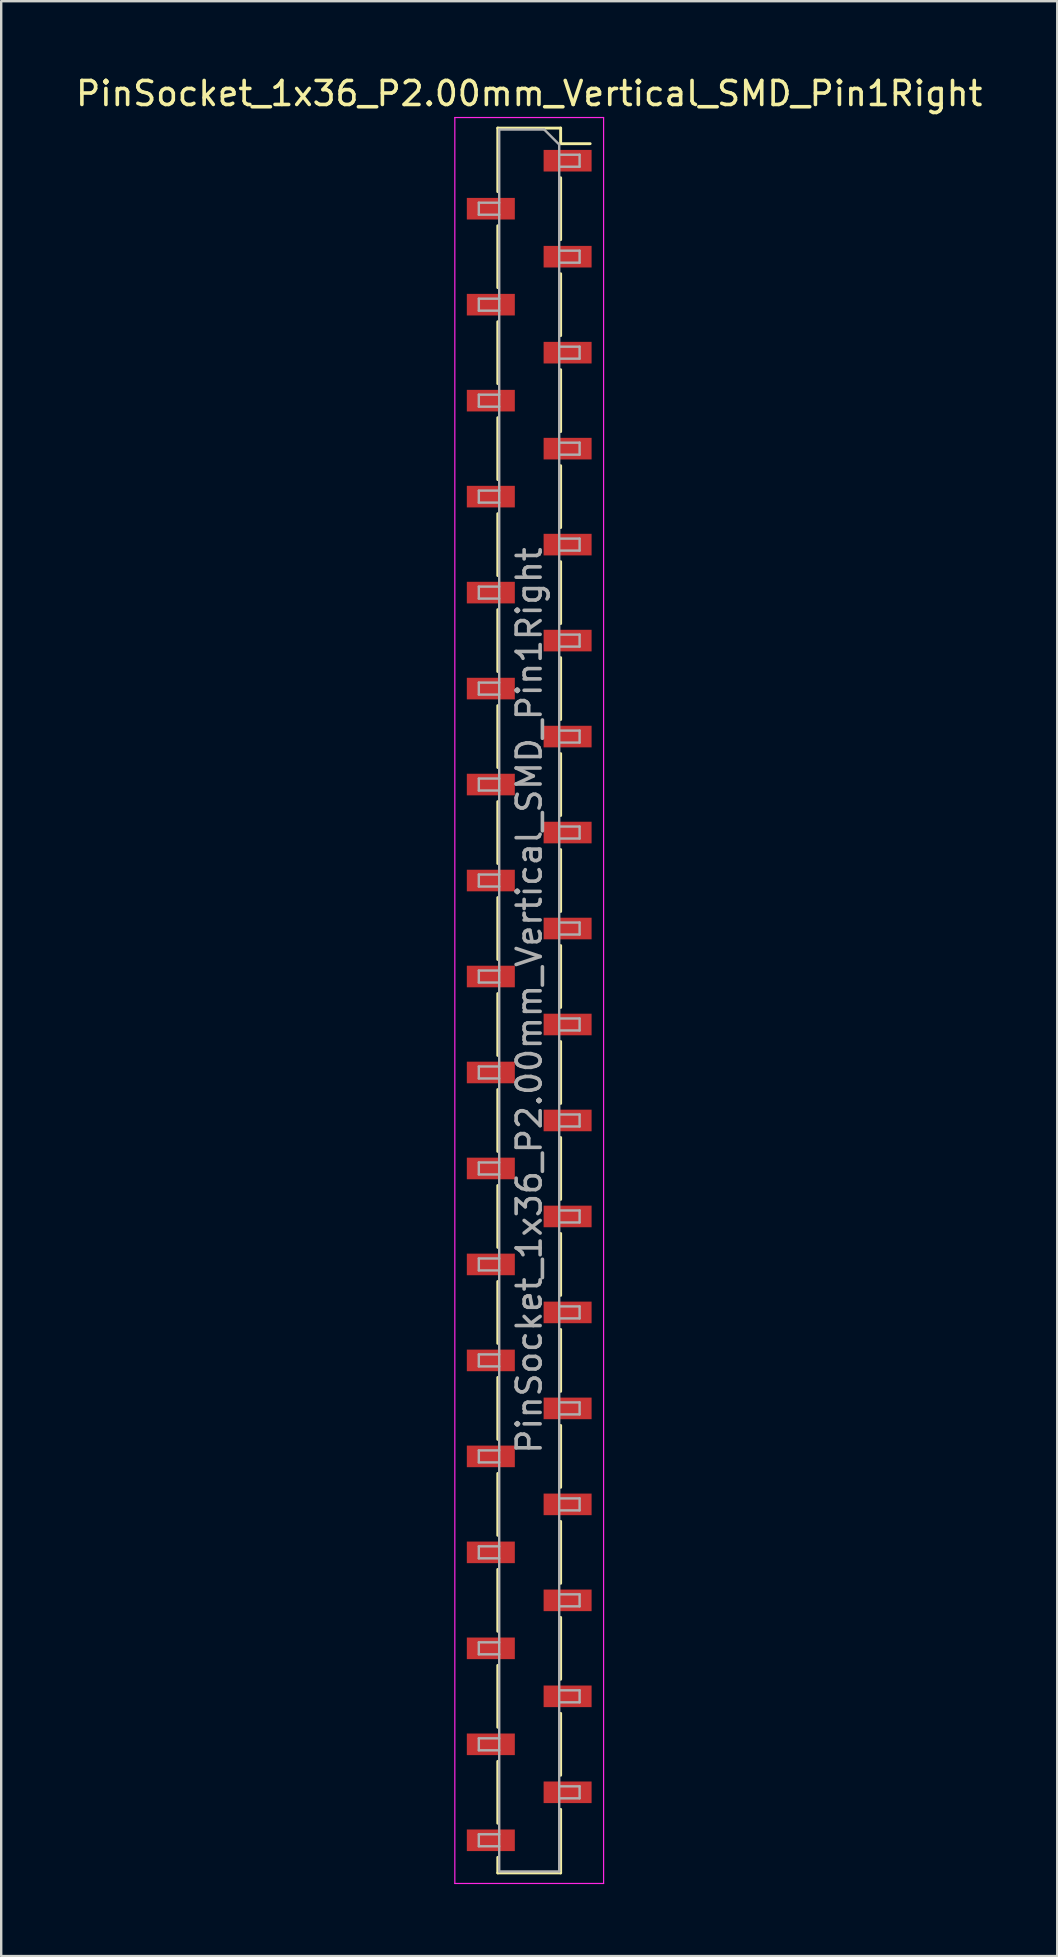
<source format=kicad_pcb>
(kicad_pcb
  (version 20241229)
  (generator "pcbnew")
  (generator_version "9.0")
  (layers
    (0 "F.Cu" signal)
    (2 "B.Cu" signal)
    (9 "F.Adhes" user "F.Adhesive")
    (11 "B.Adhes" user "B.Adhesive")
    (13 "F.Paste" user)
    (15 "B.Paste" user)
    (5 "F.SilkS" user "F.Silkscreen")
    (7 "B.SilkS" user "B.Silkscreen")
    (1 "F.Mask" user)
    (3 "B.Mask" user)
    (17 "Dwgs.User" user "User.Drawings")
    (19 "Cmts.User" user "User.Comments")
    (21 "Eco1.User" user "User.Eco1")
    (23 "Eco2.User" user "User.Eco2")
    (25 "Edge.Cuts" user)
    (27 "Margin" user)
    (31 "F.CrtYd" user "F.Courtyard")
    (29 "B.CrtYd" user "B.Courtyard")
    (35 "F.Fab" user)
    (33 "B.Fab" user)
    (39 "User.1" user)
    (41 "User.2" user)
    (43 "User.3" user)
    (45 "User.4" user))
  (footprint "PinSocket_1x36_P2.00mm_Vertical_SMD_Pin1Right"
    (layer "F.Cu")
    (at 19.006 38.648)
    (property "Reference" "PinSocket_1x36_P2.00mm_Vertical_SMD_Pin1Right" (at 0 -37.8 0) (layer "F.SilkS") (effects (font (size 1 1) (thickness 0.15))))
    (attr smd)
    (fp_line (start -1.31 -36.36) (end -1.31 -33.71) (stroke (width 0.12) (type solid)) (layer "F.SilkS"))
    (fp_line (start -1.31 -36.36) (end 1.31 -36.36) (stroke (width 0.12) (type solid)) (layer "F.SilkS"))
    (fp_line (start -1.31 -32.29) (end -1.31 -29.71) (stroke (width 0.12) (type solid)) (layer "F.SilkS"))
    (fp_line (start -1.31 -28.29) (end -1.31 -25.71) (stroke (width 0.12) (type solid)) (layer "F.SilkS"))
    (fp_line (start -1.31 -24.29) (end -1.31 -21.71) (stroke (width 0.12) (type solid)) (layer "F.SilkS"))
    (fp_line (start -1.31 -20.29) (end -1.31 -17.71) (stroke (width 0.12) (type solid)) (layer "F.SilkS"))
    (fp_line (start -1.31 -16.29) (end -1.31 -13.71) (stroke (width 0.12) (type solid)) (layer "F.SilkS"))
    (fp_line (start -1.31 -12.29) (end -1.31 -9.71) (stroke (width 0.12) (type solid)) (layer "F.SilkS"))
    (fp_line (start -1.31 -8.29) (end -1.31 -5.71) (stroke (width 0.12) (type solid)) (layer "F.SilkS"))
    (fp_line (start -1.31 -4.29) (end -1.31 -1.71) (stroke (width 0.12) (type solid)) (layer "F.SilkS"))
    (fp_line (start -1.31 -0.29) (end -1.31 2.29) (stroke (width 0.12) (type solid)) (layer "F.SilkS"))
    (fp_line (start -1.31 3.71) (end -1.31 6.29) (stroke (width 0.12) (type solid)) (layer "F.SilkS"))
    (fp_line (start -1.31 7.71) (end -1.31 10.29) (stroke (width 0.12) (type solid)) (layer "F.SilkS"))
    (fp_line (start -1.31 11.71) (end -1.31 14.29) (stroke (width 0.12) (type solid)) (layer "F.SilkS"))
    (fp_line (start -1.31 15.71) (end -1.31 18.29) (stroke (width 0.12) (type solid)) (layer "F.SilkS"))
    (fp_line (start -1.31 19.71) (end -1.31 22.29) (stroke (width 0.12) (type solid)) (layer "F.SilkS"))
    (fp_line (start -1.31 23.71) (end -1.31 26.29) (stroke (width 0.12) (type solid)) (layer "F.SilkS"))
    (fp_line (start -1.31 27.71) (end -1.31 30.29) (stroke (width 0.12) (type solid)) (layer "F.SilkS"))
    (fp_line (start -1.31 31.71) (end -1.31 34.29) (stroke (width 0.12) (type solid)) (layer "F.SilkS"))
    (fp_line (start -1.31 35.71) (end -1.31 36.36) (stroke (width 0.12) (type solid)) (layer "F.SilkS"))
    (fp_line (start -1.31 36.36) (end 1.31 36.36) (stroke (width 0.12) (type solid)) (layer "F.SilkS"))
    (fp_line (start 1.31 -36.36) (end 1.31 -35.71) (stroke (width 0.12) (type solid)) (layer "F.SilkS"))
    (fp_line (start 1.31 -35.71) (end 2.54 -35.71) (stroke (width 0.12) (type solid)) (layer "F.SilkS"))
    (fp_line (start 1.31 -34.29) (end 1.31 -31.71) (stroke (width 0.12) (type solid)) (layer "F.SilkS"))
    (fp_line (start 1.31 -30.29) (end 1.31 -27.71) (stroke (width 0.12) (type solid)) (layer "F.SilkS"))
    (fp_line (start 1.31 -26.29) (end 1.31 -23.71) (stroke (width 0.12) (type solid)) (layer "F.SilkS"))
    (fp_line (start 1.31 -22.29) (end 1.31 -19.71) (stroke (width 0.12) (type solid)) (layer "F.SilkS"))
    (fp_line (start 1.31 -18.29) (end 1.31 -15.71) (stroke (width 0.12) (type solid)) (layer "F.SilkS"))
    (fp_line (start 1.31 -14.29) (end 1.31 -11.71) (stroke (width 0.12) (type solid)) (layer "F.SilkS"))
    (fp_line (start 1.31 -10.29) (end 1.31 -7.71) (stroke (width 0.12) (type solid)) (layer "F.SilkS"))
    (fp_line (start 1.31 -6.29) (end 1.31 -3.71) (stroke (width 0.12) (type solid)) (layer "F.SilkS"))
    (fp_line (start 1.31 -2.29) (end 1.31 0.29) (stroke (width 0.12) (type solid)) (layer "F.SilkS"))
    (fp_line (start 1.31 1.71) (end 1.31 4.29) (stroke (width 0.12) (type solid)) (layer "F.SilkS"))
    (fp_line (start 1.31 5.71) (end 1.31 8.29) (stroke (width 0.12) (type solid)) (layer "F.SilkS"))
    (fp_line (start 1.31 9.71) (end 1.31 12.29) (stroke (width 0.12) (type solid)) (layer "F.SilkS"))
    (fp_line (start 1.31 13.71) (end 1.31 16.29) (stroke (width 0.12) (type solid)) (layer "F.SilkS"))
    (fp_line (start 1.31 17.71) (end 1.31 20.29) (stroke (width 0.12) (type solid)) (layer "F.SilkS"))
    (fp_line (start 1.31 21.71) (end 1.31 24.29) (stroke (width 0.12) (type solid)) (layer "F.SilkS"))
    (fp_line (start 1.31 25.71) (end 1.31 28.29) (stroke (width 0.12) (type solid)) (layer "F.SilkS"))
    (fp_line (start 1.31 29.71) (end 1.31 32.29) (stroke (width 0.12) (type solid)) (layer "F.SilkS"))
    (fp_line (start 1.31 33.71) (end 1.31 36.36) (stroke (width 0.12) (type solid)) (layer "F.SilkS"))
    (fp_line (start -3.1 -36.8) (end 3.1 -36.8) (stroke (width 0.05) (type solid)) (layer "F.CrtYd"))
    (fp_line (start -3.1 36.8) (end -3.1 -36.8) (stroke (width 0.05) (type solid)) (layer "F.CrtYd"))
    (fp_line (start 3.1 -36.8) (end 3.1 36.8) (stroke (width 0.05) (type solid)) (layer "F.CrtYd"))
    (fp_line (start 3.1 36.8) (end -3.1 36.8) (stroke (width 0.05) (type solid)) (layer "F.CrtYd"))
    (fp_line (start -2.1 -33.25) (end -1.25 -33.25) (stroke (width 0.1) (type solid)) (layer "F.Fab"))
    (fp_line (start -2.1 -32.75) (end -2.1 -33.25) (stroke (width 0.1) (type solid)) (layer "F.Fab"))
    (fp_line (start -2.1 -29.25) (end -1.25 -29.25) (stroke (width 0.1) (type solid)) (layer "F.Fab"))
    (fp_line (start -2.1 -28.75) (end -2.1 -29.25) (stroke (width 0.1) (type solid)) (layer "F.Fab"))
    (fp_line (start -2.1 -25.25) (end -1.25 -25.25) (stroke (width 0.1) (type solid)) (layer "F.Fab"))
    (fp_line (start -2.1 -24.75) (end -2.1 -25.25) (stroke (width 0.1) (type solid)) (layer "F.Fab"))
    (fp_line (start -2.1 -21.25) (end -1.25 -21.25) (stroke (width 0.1) (type solid)) (layer "F.Fab"))
    (fp_line (start -2.1 -20.75) (end -2.1 -21.25) (stroke (width 0.1) (type solid)) (layer "F.Fab"))
    (fp_line (start -2.1 -17.25) (end -1.25 -17.25) (stroke (width 0.1) (type solid)) (layer "F.Fab"))
    (fp_line (start -2.1 -16.75) (end -2.1 -17.25) (stroke (width 0.1) (type solid)) (layer "F.Fab"))
    (fp_line (start -2.1 -13.25) (end -1.25 -13.25) (stroke (width 0.1) (type solid)) (layer "F.Fab"))
    (fp_line (start -2.1 -12.75) (end -2.1 -13.25) (stroke (width 0.1) (type solid)) (layer "F.Fab"))
    (fp_line (start -2.1 -9.25) (end -1.25 -9.25) (stroke (width 0.1) (type solid)) (layer "F.Fab"))
    (fp_line (start -2.1 -8.75) (end -2.1 -9.25) (stroke (width 0.1) (type solid)) (layer "F.Fab"))
    (fp_line (start -2.1 -5.25) (end -1.25 -5.25) (stroke (width 0.1) (type solid)) (layer "F.Fab"))
    (fp_line (start -2.1 -4.75) (end -2.1 -5.25) (stroke (width 0.1) (type solid)) (layer "F.Fab"))
    (fp_line (start -2.1 -1.25) (end -1.25 -1.25) (stroke (width 0.1) (type solid)) (layer "F.Fab"))
    (fp_line (start -2.1 -0.75) (end -2.1 -1.25) (stroke (width 0.1) (type solid)) (layer "F.Fab"))
    (fp_line (start -2.1 2.75) (end -1.25 2.75) (stroke (width 0.1) (type solid)) (layer "F.Fab"))
    (fp_line (start -2.1 3.25) (end -2.1 2.75) (stroke (width 0.1) (type solid)) (layer "F.Fab"))
    (fp_line (start -2.1 6.75) (end -1.25 6.75) (stroke (width 0.1) (type solid)) (layer "F.Fab"))
    (fp_line (start -2.1 7.25) (end -2.1 6.75) (stroke (width 0.1) (type solid)) (layer "F.Fab"))
    (fp_line (start -2.1 10.75) (end -1.25 10.75) (stroke (width 0.1) (type solid)) (layer "F.Fab"))
    (fp_line (start -2.1 11.25) (end -2.1 10.75) (stroke (width 0.1) (type solid)) (layer "F.Fab"))
    (fp_line (start -2.1 14.75) (end -1.25 14.75) (stroke (width 0.1) (type solid)) (layer "F.Fab"))
    (fp_line (start -2.1 15.25) (end -2.1 14.75) (stroke (width 0.1) (type solid)) (layer "F.Fab"))
    (fp_line (start -2.1 18.75) (end -1.25 18.75) (stroke (width 0.1) (type solid)) (layer "F.Fab"))
    (fp_line (start -2.1 19.25) (end -2.1 18.75) (stroke (width 0.1) (type solid)) (layer "F.Fab"))
    (fp_line (start -2.1 22.75) (end -1.25 22.75) (stroke (width 0.1) (type solid)) (layer "F.Fab"))
    (fp_line (start -2.1 23.25) (end -2.1 22.75) (stroke (width 0.1) (type solid)) (layer "F.Fab"))
    (fp_line (start -2.1 26.75) (end -1.25 26.75) (stroke (width 0.1) (type solid)) (layer "F.Fab"))
    (fp_line (start -2.1 27.25) (end -2.1 26.75) (stroke (width 0.1) (type solid)) (layer "F.Fab"))
    (fp_line (start -2.1 30.75) (end -1.25 30.75) (stroke (width 0.1) (type solid)) (layer "F.Fab"))
    (fp_line (start -2.1 31.25) (end -2.1 30.75) (stroke (width 0.1) (type solid)) (layer "F.Fab"))
    (fp_line (start -2.1 34.75) (end -1.25 34.75) (stroke (width 0.1) (type solid)) (layer "F.Fab"))
    (fp_line (start -2.1 35.25) (end -2.1 34.75) (stroke (width 0.1) (type solid)) (layer "F.Fab"))
    (fp_line (start -1.25 -36.3) (end 0.625 -36.3) (stroke (width 0.1) (type solid)) (layer "F.Fab"))
    (fp_line (start -1.25 -32.75) (end -2.1 -32.75) (stroke (width 0.1) (type solid)) (layer "F.Fab"))
    (fp_line (start -1.25 -28.75) (end -2.1 -28.75) (stroke (width 0.1) (type solid)) (layer "F.Fab"))
    (fp_line (start -1.25 -24.75) (end -2.1 -24.75) (stroke (width 0.1) (type solid)) (layer "F.Fab"))
    (fp_line (start -1.25 -20.75) (end -2.1 -20.75) (stroke (width 0.1) (type solid)) (layer "F.Fab"))
    (fp_line (start -1.25 -16.75) (end -2.1 -16.75) (stroke (width 0.1) (type solid)) (layer "F.Fab"))
    (fp_line (start -1.25 -12.75) (end -2.1 -12.75) (stroke (width 0.1) (type solid)) (layer "F.Fab"))
    (fp_line (start -1.25 -8.75) (end -2.1 -8.75) (stroke (width 0.1) (type solid)) (layer "F.Fab"))
    (fp_line (start -1.25 -4.75) (end -2.1 -4.75) (stroke (width 0.1) (type solid)) (layer "F.Fab"))
    (fp_line (start -1.25 -0.75) (end -2.1 -0.75) (stroke (width 0.1) (type solid)) (layer "F.Fab"))
    (fp_line (start -1.25 3.25) (end -2.1 3.25) (stroke (width 0.1) (type solid)) (layer "F.Fab"))
    (fp_line (start -1.25 7.25) (end -2.1 7.25) (stroke (width 0.1) (type solid)) (layer "F.Fab"))
    (fp_line (start -1.25 11.25) (end -2.1 11.25) (stroke (width 0.1) (type solid)) (layer "F.Fab"))
    (fp_line (start -1.25 15.25) (end -2.1 15.25) (stroke (width 0.1) (type solid)) (layer "F.Fab"))
    (fp_line (start -1.25 19.25) (end -2.1 19.25) (stroke (width 0.1) (type solid)) (layer "F.Fab"))
    (fp_line (start -1.25 23.25) (end -2.1 23.25) (stroke (width 0.1) (type solid)) (layer "F.Fab"))
    (fp_line (start -1.25 27.25) (end -2.1 27.25) (stroke (width 0.1) (type solid)) (layer "F.Fab"))
    (fp_line (start -1.25 31.25) (end -2.1 31.25) (stroke (width 0.1) (type solid)) (layer "F.Fab"))
    (fp_line (start -1.25 35.25) (end -2.1 35.25) (stroke (width 0.1) (type solid)) (layer "F.Fab"))
    (fp_line (start -1.25 36.3) (end -1.25 -36.3) (stroke (width 0.1) (type solid)) (layer "F.Fab"))
    (fp_line (start 0.625 -36.3) (end 1.25 -35.675) (stroke (width 0.1) (type solid)) (layer "F.Fab"))
    (fp_line (start 1.25 -35.675) (end 1.25 36.3) (stroke (width 0.1) (type solid)) (layer "F.Fab"))
    (fp_line (start 1.25 -35.25) (end 2.1 -35.25) (stroke (width 0.1) (type solid)) (layer "F.Fab"))
    (fp_line (start 1.25 -31.25) (end 2.1 -31.25) (stroke (width 0.1) (type solid)) (layer "F.Fab"))
    (fp_line (start 1.25 -27.25) (end 2.1 -27.25) (stroke (width 0.1) (type solid)) (layer "F.Fab"))
    (fp_line (start 1.25 -23.25) (end 2.1 -23.25) (stroke (width 0.1) (type solid)) (layer "F.Fab"))
    (fp_line (start 1.25 -19.25) (end 2.1 -19.25) (stroke (width 0.1) (type solid)) (layer "F.Fab"))
    (fp_line (start 1.25 -15.25) (end 2.1 -15.25) (stroke (width 0.1) (type solid)) (layer "F.Fab"))
    (fp_line (start 1.25 -11.25) (end 2.1 -11.25) (stroke (width 0.1) (type solid)) (layer "F.Fab"))
    (fp_line (start 1.25 -7.25) (end 2.1 -7.25) (stroke (width 0.1) (type solid)) (layer "F.Fab"))
    (fp_line (start 1.25 -3.25) (end 2.1 -3.25) (stroke (width 0.1) (type solid)) (layer "F.Fab"))
    (fp_line (start 1.25 0.75) (end 2.1 0.75) (stroke (width 0.1) (type solid)) (layer "F.Fab"))
    (fp_line (start 1.25 4.75) (end 2.1 4.75) (stroke (width 0.1) (type solid)) (layer "F.Fab"))
    (fp_line (start 1.25 8.75) (end 2.1 8.75) (stroke (width 0.1) (type solid)) (layer "F.Fab"))
    (fp_line (start 1.25 12.75) (end 2.1 12.75) (stroke (width 0.1) (type solid)) (layer "F.Fab"))
    (fp_line (start 1.25 16.75) (end 2.1 16.75) (stroke (width 0.1) (type solid)) (layer "F.Fab"))
    (fp_line (start 1.25 20.75) (end 2.1 20.75) (stroke (width 0.1) (type solid)) (layer "F.Fab"))
    (fp_line (start 1.25 24.75) (end 2.1 24.75) (stroke (width 0.1) (type solid)) (layer "F.Fab"))
    (fp_line (start 1.25 28.75) (end 2.1 28.75) (stroke (width 0.1) (type solid)) (layer "F.Fab"))
    (fp_line (start 1.25 32.75) (end 2.1 32.75) (stroke (width 0.1) (type solid)) (layer "F.Fab"))
    (fp_line (start 1.25 36.3) (end -1.25 36.3) (stroke (width 0.1) (type solid)) (layer "F.Fab"))
    (fp_line (start 2.1 -35.25) (end 2.1 -34.75) (stroke (width 0.1) (type solid)) (layer "F.Fab"))
    (fp_line (start 2.1 -34.75) (end 1.25 -34.75) (stroke (width 0.1) (type solid)) (layer "F.Fab"))
    (fp_line (start 2.1 -31.25) (end 2.1 -30.75) (stroke (width 0.1) (type solid)) (layer "F.Fab"))
    (fp_line (start 2.1 -30.75) (end 1.25 -30.75) (stroke (width 0.1) (type solid)) (layer "F.Fab"))
    (fp_line (start 2.1 -27.25) (end 2.1 -26.75) (stroke (width 0.1) (type solid)) (layer "F.Fab"))
    (fp_line (start 2.1 -26.75) (end 1.25 -26.75) (stroke (width 0.1) (type solid)) (layer "F.Fab"))
    (fp_line (start 2.1 -23.25) (end 2.1 -22.75) (stroke (width 0.1) (type solid)) (layer "F.Fab"))
    (fp_line (start 2.1 -22.75) (end 1.25 -22.75) (stroke (width 0.1) (type solid)) (layer "F.Fab"))
    (fp_line (start 2.1 -19.25) (end 2.1 -18.75) (stroke (width 0.1) (type solid)) (layer "F.Fab"))
    (fp_line (start 2.1 -18.75) (end 1.25 -18.75) (stroke (width 0.1) (type solid)) (layer "F.Fab"))
    (fp_line (start 2.1 -15.25) (end 2.1 -14.75) (stroke (width 0.1) (type solid)) (layer "F.Fab"))
    (fp_line (start 2.1 -14.75) (end 1.25 -14.75) (stroke (width 0.1) (type solid)) (layer "F.Fab"))
    (fp_line (start 2.1 -11.25) (end 2.1 -10.75) (stroke (width 0.1) (type solid)) (layer "F.Fab"))
    (fp_line (start 2.1 -10.75) (end 1.25 -10.75) (stroke (width 0.1) (type solid)) (layer "F.Fab"))
    (fp_line (start 2.1 -7.25) (end 2.1 -6.75) (stroke (width 0.1) (type solid)) (layer "F.Fab"))
    (fp_line (start 2.1 -6.75) (end 1.25 -6.75) (stroke (width 0.1) (type solid)) (layer "F.Fab"))
    (fp_line (start 2.1 -3.25) (end 2.1 -2.75) (stroke (width 0.1) (type solid)) (layer "F.Fab"))
    (fp_line (start 2.1 -2.75) (end 1.25 -2.75) (stroke (width 0.1) (type solid)) (layer "F.Fab"))
    (fp_line (start 2.1 0.75) (end 2.1 1.25) (stroke (width 0.1) (type solid)) (layer "F.Fab"))
    (fp_line (start 2.1 1.25) (end 1.25 1.25) (stroke (width 0.1) (type solid)) (layer "F.Fab"))
    (fp_line (start 2.1 4.75) (end 2.1 5.25) (stroke (width 0.1) (type solid)) (layer "F.Fab"))
    (fp_line (start 2.1 5.25) (end 1.25 5.25) (stroke (width 0.1) (type solid)) (layer "F.Fab"))
    (fp_line (start 2.1 8.75) (end 2.1 9.25) (stroke (width 0.1) (type solid)) (layer "F.Fab"))
    (fp_line (start 2.1 9.25) (end 1.25 9.25) (stroke (width 0.1) (type solid)) (layer "F.Fab"))
    (fp_line (start 2.1 12.75) (end 2.1 13.25) (stroke (width 0.1) (type solid)) (layer "F.Fab"))
    (fp_line (start 2.1 13.25) (end 1.25 13.25) (stroke (width 0.1) (type solid)) (layer "F.Fab"))
    (fp_line (start 2.1 16.75) (end 2.1 17.25) (stroke (width 0.1) (type solid)) (layer "F.Fab"))
    (fp_line (start 2.1 17.25) (end 1.25 17.25) (stroke (width 0.1) (type solid)) (layer "F.Fab"))
    (fp_line (start 2.1 20.75) (end 2.1 21.25) (stroke (width 0.1) (type solid)) (layer "F.Fab"))
    (fp_line (start 2.1 21.25) (end 1.25 21.25) (stroke (width 0.1) (type solid)) (layer "F.Fab"))
    (fp_line (start 2.1 24.75) (end 2.1 25.25) (stroke (width 0.1) (type solid)) (layer "F.Fab"))
    (fp_line (start 2.1 25.25) (end 1.25 25.25) (stroke (width 0.1) (type solid)) (layer "F.Fab"))
    (fp_line (start 2.1 28.75) (end 2.1 29.25) (stroke (width 0.1) (type solid)) (layer "F.Fab"))
    (fp_line (start 2.1 29.25) (end 1.25 29.25) (stroke (width 0.1) (type solid)) (layer "F.Fab"))
    (fp_line (start 2.1 32.75) (end 2.1 33.25) (stroke (width 0.1) (type solid)) (layer "F.Fab"))
    (fp_line (start 2.1 33.25) (end 1.25 33.25) (stroke (width 0.1) (type solid)) (layer "F.Fab"))
    (fp_text user "${REFERENCE}" (at 0 0 90) (layer "F.Fab") (effects (font (size 1 1) (thickness 0.15))))
    (pad "1" smd rect (at 1.6 -35) (size 2 0.9) (layers "F.Cu" "F.Mask" "F.Paste"))
    (pad "2" smd rect (at -1.6 -33) (size 2 0.9) (layers "F.Cu" "F.Mask" "F.Paste"))
    (pad "3" smd rect (at 1.6 -31) (size 2 0.9) (layers "F.Cu" "F.Mask" "F.Paste"))
    (pad "4" smd rect (at -1.6 -29) (size 2 0.9) (layers "F.Cu" "F.Mask" "F.Paste"))
    (pad "5" smd rect (at 1.6 -27) (size 2 0.9) (layers "F.Cu" "F.Mask" "F.Paste"))
    (pad "6" smd rect (at -1.6 -25) (size 2 0.9) (layers "F.Cu" "F.Mask" "F.Paste"))
    (pad "7" smd rect (at 1.6 -23) (size 2 0.9) (layers "F.Cu" "F.Mask" "F.Paste"))
    (pad "8" smd rect (at -1.6 -21) (size 2 0.9) (layers "F.Cu" "F.Mask" "F.Paste"))
    (pad "9" smd rect (at 1.6 -19) (size 2 0.9) (layers "F.Cu" "F.Mask" "F.Paste"))
    (pad "10" smd rect (at -1.6 -17) (size 2 0.9) (layers "F.Cu" "F.Mask" "F.Paste"))
    (pad "11" smd rect (at 1.6 -15) (size 2 0.9) (layers "F.Cu" "F.Mask" "F.Paste"))
    (pad "12" smd rect (at -1.6 -13) (size 2 0.9) (layers "F.Cu" "F.Mask" "F.Paste"))
    (pad "13" smd rect (at 1.6 -11) (size 2 0.9) (layers "F.Cu" "F.Mask" "F.Paste"))
    (pad "14" smd rect (at -1.6 -9) (size 2 0.9) (layers "F.Cu" "F.Mask" "F.Paste"))
    (pad "15" smd rect (at 1.6 -7) (size 2 0.9) (layers "F.Cu" "F.Mask" "F.Paste"))
    (pad "16" smd rect (at -1.6 -5) (size 2 0.9) (layers "F.Cu" "F.Mask" "F.Paste"))
    (pad "17" smd rect (at 1.6 -3) (size 2 0.9) (layers "F.Cu" "F.Mask" "F.Paste"))
    (pad "18" smd rect (at -1.6 -1) (size 2 0.9) (layers "F.Cu" "F.Mask" "F.Paste"))
    (pad "19" smd rect (at 1.6 1) (size 2 0.9) (layers "F.Cu" "F.Mask" "F.Paste"))
    (pad "20" smd rect (at -1.6 3) (size 2 0.9) (layers "F.Cu" "F.Mask" "F.Paste"))
    (pad "21" smd rect (at 1.6 5) (size 2 0.9) (layers "F.Cu" "F.Mask" "F.Paste"))
    (pad "22" smd rect (at -1.6 7) (size 2 0.9) (layers "F.Cu" "F.Mask" "F.Paste"))
    (pad "23" smd rect (at 1.6 9) (size 2 0.9) (layers "F.Cu" "F.Mask" "F.Paste"))
    (pad "24" smd rect (at -1.6 11) (size 2 0.9) (layers "F.Cu" "F.Mask" "F.Paste"))
    (pad "25" smd rect (at 1.6 13) (size 2 0.9) (layers "F.Cu" "F.Mask" "F.Paste"))
    (pad "26" smd rect (at -1.6 15) (size 2 0.9) (layers "F.Cu" "F.Mask" "F.Paste"))
    (pad "27" smd rect (at 1.6 17) (size 2 0.9) (layers "F.Cu" "F.Mask" "F.Paste"))
    (pad "28" smd rect (at -1.6 19) (size 2 0.9) (layers "F.Cu" "F.Mask" "F.Paste"))
    (pad "29" smd rect (at 1.6 21) (size 2 0.9) (layers "F.Cu" "F.Mask" "F.Paste"))
    (pad "30" smd rect (at -1.6 23) (size 2 0.9) (layers "F.Cu" "F.Mask" "F.Paste"))
    (pad "31" smd rect (at 1.6 25) (size 2 0.9) (layers "F.Cu" "F.Mask" "F.Paste"))
    (pad "32" smd rect (at -1.6 27) (size 2 0.9) (layers "F.Cu" "F.Mask" "F.Paste"))
    (pad "33" smd rect (at 1.6 29) (size 2 0.9) (layers "F.Cu" "F.Mask" "F.Paste"))
    (pad "34" smd rect (at -1.6 31) (size 2 0.9) (layers "F.Cu" "F.Mask" "F.Paste"))
    (pad "35" smd rect (at 1.6 33) (size 2 0.9) (layers "F.Cu" "F.Mask" "F.Paste"))
    (pad "36" smd rect (at -1.6 35) (size 2 0.9) (layers "F.Cu" "F.Mask" "F.Paste")))
  (gr_rect
    (start -3 -3)
    (end 41.012 78.473)
    (stroke (width 0.1) (type default))
    (fill no)
    (layer "Edge.Cuts")))
</source>
